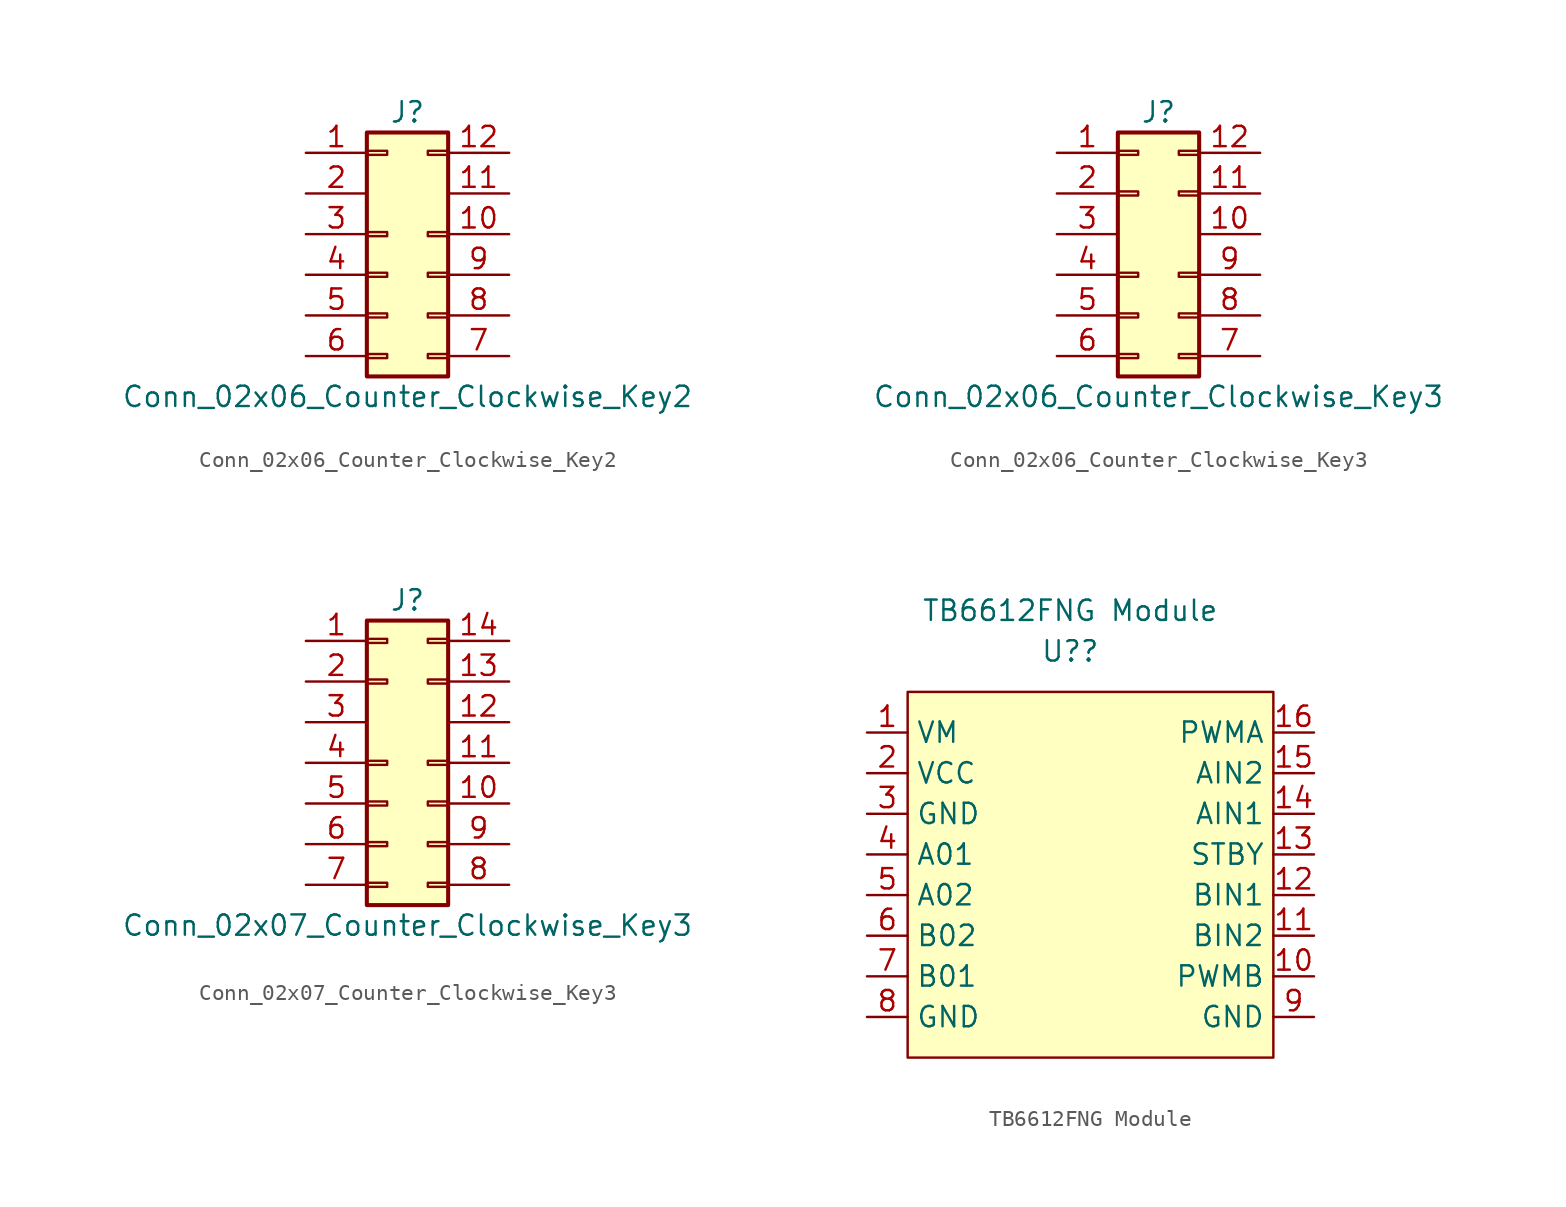
<source format=kicad_sym>
(kicad_symbol_lib
  (version 20220914)
  (generator kicad_symbol_editor)
  (symbol "Conn_02x06_Counter_Clockwise_Key2"
    (pin_names
      (offset 1.016) hide)
    (property "Reference" "J"
      (at 1.27 7.62 0)
      (effects (font (size 1.27 1.27))))
    (property "Value" "Conn_02x06_Counter_Clockwise_Key2"
      (at 1.27 -10.16 0)
      (effects (font (size 1.27 1.27))))
    (symbol "Conn_02x06_Counter_Clockwise_Key2_1_1"
      (rectangle (start -1.27 -7.493) (end 0 -7.747) (stroke (width 0.152) (type default)) (fill (type none)))
      (rectangle (start -1.27 -4.953) (end 0 -5.207) (stroke (width 0.152) (type default)) (fill (type none)))
      (rectangle (start -1.27 -2.413) (end 0 -2.667) (stroke (width 0.152) (type default)) (fill (type none)))
      (rectangle (start -1.27 0.127) (end 0 -0.127) (stroke (width 0.152) (type default)) (fill (type none)))
      (rectangle (start -1.27 5.207) (end 0 4.953) (stroke (width 0.152) (type default)) (fill (type none)))
      (rectangle (start -1.27 6.35) (end 3.81 -8.89) (stroke (width 0.254) (type default)) (fill (type background)))
      (rectangle (start 3.81 -7.493) (end 2.54 -7.747) (stroke (width 0.152) (type default)) (fill (type none)))
      (rectangle (start 3.81 -4.953) (end 2.54 -5.207) (stroke (width 0.152) (type default)) (fill (type none)))
      (rectangle (start 3.81 -2.413) (end 2.54 -2.667) (stroke (width 0.152) (type default)) (fill (type none)))
      (rectangle (start 3.81 0.127) (end 2.54 -0.127) (stroke (width 0.152) (type default)) (fill (type none)))
      (rectangle (start 3.81 5.207) (end 2.54 4.953) (stroke (width 0.152) (type default)) (fill (type none)))
      (pin passive line (at -5.08 5.08 0) (length 3.81) (name "Pin_1" (effects (font (size 1.27 1.27)))) (number "1" (effects (font (size 1.27 1.27)))))
      (pin passive line (at 7.62 0 180) (length 3.81) (name "Pin_10" (effects (font (size 1.27 1.27)))) (number "10" (effects (font (size 1.27 1.27)))))
      (pin passive line (at 7.62 2.54 180) (length 3.81) (name "Pin_11" (effects (font (size 1.27 1.27)))) (number "11" (effects (font (size 1.27 1.27)))))
      (pin passive line (at 7.62 5.08 180) (length 3.81) (name "Pin_12" (effects (font (size 1.27 1.27)))) (number "12" (effects (font (size 1.27 1.27)))))
      (pin passive line (at -5.08 2.54 0) (length 3.81) (name "Pin_2" (effects (font (size 1.27 1.27)))) (number "2" (effects (font (size 1.27 1.27)))))
      (pin passive line (at -5.08 0 0) (length 3.81) (name "Pin_3" (effects (font (size 1.27 1.27)))) (number "3" (effects (font (size 1.27 1.27)))))
      (pin passive line (at -5.08 -2.54 0) (length 3.81) (name "Pin_4" (effects (font (size 1.27 1.27)))) (number "4" (effects (font (size 1.27 1.27)))))
      (pin passive line (at -5.08 -5.08 0) (length 3.81) (name "Pin_5" (effects (font (size 1.27 1.27)))) (number "5" (effects (font (size 1.27 1.27)))))
      (pin passive line (at -5.08 -7.62 0) (length 3.81) (name "Pin_6" (effects (font (size 1.27 1.27)))) (number "6" (effects (font (size 1.27 1.27)))))
      (pin passive line (at 7.62 -7.62 180) (length 3.81) (name "Pin_7" (effects (font (size 1.27 1.27)))) (number "7" (effects (font (size 1.27 1.27)))))
      (pin passive line (at 7.62 -5.08 180) (length 3.81) (name "Pin_8" (effects (font (size 1.27 1.27)))) (number "8" (effects (font (size 1.27 1.27)))))
      (pin passive line (at 7.62 -2.54 180) (length 3.81) (name "Pin_9" (effects (font (size 1.27 1.27)))) (number "9" (effects (font (size 1.27 1.27)))))))
  (symbol "Conn_02x06_Counter_Clockwise_Key3"
    (pin_names
      (offset 1.016) hide)
    (property "Reference" "J"
      (at 1.27 7.62 0)
      (effects (font (size 1.27 1.27))))
    (property "Value" "Conn_02x06_Counter_Clockwise_Key3"
      (at 1.27 -10.16 0)
      (effects (font (size 1.27 1.27))))
    (symbol "Conn_02x06_Counter_Clockwise_Key3_1_1"
      (rectangle (start -1.27 -7.493) (end 0 -7.747) (stroke (width 0.152) (type default)) (fill (type none)))
      (rectangle (start -1.27 -4.953) (end 0 -5.207) (stroke (width 0.152) (type default)) (fill (type none)))
      (rectangle (start -1.27 -2.413) (end 0 -2.667) (stroke (width 0.152) (type default)) (fill (type none)))
      (rectangle (start -1.27 2.667) (end 0 2.413) (stroke (width 0.152) (type default)) (fill (type none)))
      (rectangle (start -1.27 5.207) (end 0 4.953) (stroke (width 0.152) (type default)) (fill (type none)))
      (rectangle (start -1.27 6.35) (end 3.81 -8.89) (stroke (width 0.254) (type default)) (fill (type background)))
      (rectangle (start 3.81 -7.493) (end 2.54 -7.747) (stroke (width 0.152) (type default)) (fill (type none)))
      (rectangle (start 3.81 -4.953) (end 2.54 -5.207) (stroke (width 0.152) (type default)) (fill (type none)))
      (rectangle (start 3.81 -2.413) (end 2.54 -2.667) (stroke (width 0.152) (type default)) (fill (type none)))
      (rectangle (start 3.81 2.667) (end 2.54 2.413) (stroke (width 0.152) (type default)) (fill (type none)))
      (rectangle (start 3.81 5.207) (end 2.54 4.953) (stroke (width 0.152) (type default)) (fill (type none)))
      (pin passive line (at -5.08 5.08 0) (length 3.81) (name "Pin_1" (effects (font (size 1.27 1.27)))) (number "1" (effects (font (size 1.27 1.27)))))
      (pin passive line (at 7.62 0 180) (length 3.81) (name "Pin_10" (effects (font (size 1.27 1.27)))) (number "10" (effects (font (size 1.27 1.27)))))
      (pin passive line (at 7.62 2.54 180) (length 3.81) (name "Pin_11" (effects (font (size 1.27 1.27)))) (number "11" (effects (font (size 1.27 1.27)))))
      (pin passive line (at 7.62 5.08 180) (length 3.81) (name "Pin_12" (effects (font (size 1.27 1.27)))) (number "12" (effects (font (size 1.27 1.27)))))
      (pin passive line (at -5.08 2.54 0) (length 3.81) (name "Pin_2" (effects (font (size 1.27 1.27)))) (number "2" (effects (font (size 1.27 1.27)))))
      (pin passive line (at -5.08 0 0) (length 3.81) (name "Pin_3" (effects (font (size 1.27 1.27)))) (number "3" (effects (font (size 1.27 1.27)))))
      (pin passive line (at -5.08 -2.54 0) (length 3.81) (name "Pin_4" (effects (font (size 1.27 1.27)))) (number "4" (effects (font (size 1.27 1.27)))))
      (pin passive line (at -5.08 -5.08 0) (length 3.81) (name "Pin_5" (effects (font (size 1.27 1.27)))) (number "5" (effects (font (size 1.27 1.27)))))
      (pin passive line (at -5.08 -7.62 0) (length 3.81) (name "Pin_6" (effects (font (size 1.27 1.27)))) (number "6" (effects (font (size 1.27 1.27)))))
      (pin passive line (at 7.62 -7.62 180) (length 3.81) (name "Pin_7" (effects (font (size 1.27 1.27)))) (number "7" (effects (font (size 1.27 1.27)))))
      (pin passive line (at 7.62 -5.08 180) (length 3.81) (name "Pin_8" (effects (font (size 1.27 1.27)))) (number "8" (effects (font (size 1.27 1.27)))))
      (pin passive line (at 7.62 -2.54 180) (length 3.81) (name "Pin_9" (effects (font (size 1.27 1.27)))) (number "9" (effects (font (size 1.27 1.27)))))))
  (symbol "Conn_02x07_Counter_Clockwise_Key3"
    (pin_names
      (offset 1.016) hide)
    (property "Reference" "J"
      (at 1.27 10.16 0)
      (effects (font (size 1.27 1.27))))
    (property "Value" "Conn_02x07_Counter_Clockwise_Key3"
      (at 1.27 -10.16 0)
      (effects (font (size 1.27 1.27))))
    (symbol "Conn_02x07_Counter_Clockwise_Key3_1_1"
      (rectangle (start -1.27 -7.493) (end 0 -7.747) (stroke (width 0.152) (type default)) (fill (type none)))
      (rectangle (start -1.27 -4.953) (end 0 -5.207) (stroke (width 0.152) (type default)) (fill (type none)))
      (rectangle (start -1.27 -2.413) (end 0 -2.667) (stroke (width 0.152) (type default)) (fill (type none)))
      (rectangle (start -1.27 0.127) (end 0 -0.127) (stroke (width 0.152) (type default)) (fill (type none)))
      (rectangle (start -1.27 5.207) (end 0 4.953) (stroke (width 0.152) (type default)) (fill (type none)))
      (rectangle (start -1.27 7.747) (end 0 7.493) (stroke (width 0.152) (type default)) (fill (type none)))
      (rectangle (start -1.27 8.89) (end 3.81 -8.89) (stroke (width 0.254) (type default)) (fill (type background)))
      (rectangle (start 3.81 -7.493) (end 2.54 -7.747) (stroke (width 0.152) (type default)) (fill (type none)))
      (rectangle (start 3.81 -4.953) (end 2.54 -5.207) (stroke (width 0.152) (type default)) (fill (type none)))
      (rectangle (start 3.81 -2.413) (end 2.54 -2.667) (stroke (width 0.152) (type default)) (fill (type none)))
      (rectangle (start 3.81 0.127) (end 2.54 -0.127) (stroke (width 0.152) (type default)) (fill (type none)))
      (rectangle (start 3.81 5.207) (end 2.54 4.953) (stroke (width 0.152) (type default)) (fill (type none)))
      (rectangle (start 3.81 7.747) (end 2.54 7.493) (stroke (width 0.152) (type default)) (fill (type none)))
      (pin passive line (at -5.08 7.62 0) (length 3.81) (name "Pin_1" (effects (font (size 1.27 1.27)))) (number "1" (effects (font (size 1.27 1.27)))))
      (pin passive line (at 7.62 -2.54 180) (length 3.81) (name "Pin_10" (effects (font (size 1.27 1.27)))) (number "10" (effects (font (size 1.27 1.27)))))
      (pin passive line (at 7.62 0 180) (length 3.81) (name "Pin_11" (effects (font (size 1.27 1.27)))) (number "11" (effects (font (size 1.27 1.27)))))
      (pin passive line (at 7.62 2.54 180) (length 3.81) (name "Pin_12" (effects (font (size 1.27 1.27)))) (number "12" (effects (font (size 1.27 1.27)))))
      (pin passive line (at 7.62 5.08 180) (length 3.81) (name "Pin_13" (effects (font (size 1.27 1.27)))) (number "13" (effects (font (size 1.27 1.27)))))
      (pin passive line (at 7.62 7.62 180) (length 3.81) (name "Pin_14" (effects (font (size 1.27 1.27)))) (number "14" (effects (font (size 1.27 1.27)))))
      (pin passive line (at -5.08 5.08 0) (length 3.81) (name "Pin_2" (effects (font (size 1.27 1.27)))) (number "2" (effects (font (size 1.27 1.27)))))
      (pin passive line (at -5.08 2.54 0) (length 3.81) (name "Pin_3" (effects (font (size 1.27 1.27)))) (number "3" (effects (font (size 1.27 1.27)))))
      (pin passive line (at -5.08 0 0) (length 3.81) (name "Pin_4" (effects (font (size 1.27 1.27)))) (number "4" (effects (font (size 1.27 1.27)))))
      (pin passive line (at -5.08 -2.54 0) (length 3.81) (name "Pin_5" (effects (font (size 1.27 1.27)))) (number "5" (effects (font (size 1.27 1.27)))))
      (pin passive line (at -5.08 -5.08 0) (length 3.81) (name "Pin_6" (effects (font (size 1.27 1.27)))) (number "6" (effects (font (size 1.27 1.27)))))
      (pin passive line (at -5.08 -7.62 0) (length 3.81) (name "Pin_7" (effects (font (size 1.27 1.27)))) (number "7" (effects (font (size 1.27 1.27)))))
      (pin passive line (at 7.62 -7.62 180) (length 3.81) (name "Pin_8" (effects (font (size 1.27 1.27)))) (number "8" (effects (font (size 1.27 1.27)))))
      (pin passive line (at 7.62 -5.08 180) (length 3.81) (name "Pin_9" (effects (font (size 1.27 1.27)))) (number "9" (effects (font (size 1.27 1.27)))))))
  (symbol "TB6612FNG Module"
    (property "Reference" "U?"
      (at -1.27 13.97 0)
      (effects (font (size 1.27 1.27))))
    (property "Value" "TB6612FNG Module"
      (at -1.27 16.51 0)
      (effects (font (size 1.27 1.27))))
    (symbol "TB6612FNG Module_1_1"
      (rectangle (start -11.43 11.43) (end 11.43 -11.43) (stroke (width 0) (type default)) (fill (type background)))
      (pin power_in line (at -13.97 8.89 0) (length 2.54) (name "VM" (effects (font (size 1.27 1.27)))) (number "1" (effects (font (size 1.27 1.27)))))
      (pin input line (at 13.97 -6.35 180) (length 2.54) (name "PWMB" (effects (font (size 1.27 1.27)))) (number "10" (effects (font (size 1.27 1.27)))))
      (pin input line (at 13.97 -3.81 180) (length 2.54) (name "BIN2" (effects (font (size 1.27 1.27)))) (number "11" (effects (font (size 1.27 1.27)))))
      (pin input line (at 13.97 -1.27 180) (length 2.54) (name "BIN1" (effects (font (size 1.27 1.27)))) (number "12" (effects (font (size 1.27 1.27)))))
      (pin input line (at 13.97 1.27 180) (length 2.54) (name "STBY" (effects (font (size 1.27 1.27)))) (number "13" (effects (font (size 1.27 1.27)))))
      (pin input line (at 13.97 3.81 180) (length 2.54) (name "AIN1" (effects (font (size 1.27 1.27)))) (number "14" (effects (font (size 1.27 1.27)))))
      (pin input line (at 13.97 6.35 180) (length 2.54) (name "AIN2" (effects (font (size 1.27 1.27)))) (number "15" (effects (font (size 1.27 1.27)))))
      (pin input line (at 13.97 8.89 180) (length 2.54) (name "PWMA" (effects (font (size 1.27 1.27)))) (number "16" (effects (font (size 1.27 1.27)))))
      (pin power_in line (at -13.97 6.35 0) (length 2.54) (name "VCC" (effects (font (size 1.27 1.27)))) (number "2" (effects (font (size 1.27 1.27)))))
      (pin passive line (at -13.97 3.81 0) (length 2.54) (name "GND" (effects (font (size 1.27 1.27)))) (number "3" (effects (font (size 1.27 1.27)))))
      (pin passive line (at -13.97 1.27 0) (length 2.54) (name "A01" (effects (font (size 1.27 1.27)))) (number "4" (effects (font (size 1.27 1.27)))))
      (pin passive line (at -13.97 -1.27 0) (length 2.54) (name "A02" (effects (font (size 1.27 1.27)))) (number "5" (effects (font (size 1.27 1.27)))))
      (pin bidirectional line (at -13.97 -3.81 0) (length 2.54) (name "B02" (effects (font (size 1.27 1.27)))) (number "6" (effects (font (size 1.27 1.27)))))
      (pin passive line (at -13.97 -6.35 0) (length 2.54) (name "B01" (effects (font (size 1.27 1.27)))) (number "7" (effects (font (size 1.27 1.27)))))
      (pin passive line (at -13.97 -8.89 0) (length 2.54) (name "GND" (effects (font (size 1.27 1.27)))) (number "8" (effects (font (size 1.27 1.27)))))
      (pin passive line (at 13.97 -8.89 180) (length 2.54) (name "GND" (effects (font (size 1.27 1.27)))) (number "9" (effects (font (size 1.27 1.27))))))))
</source>
